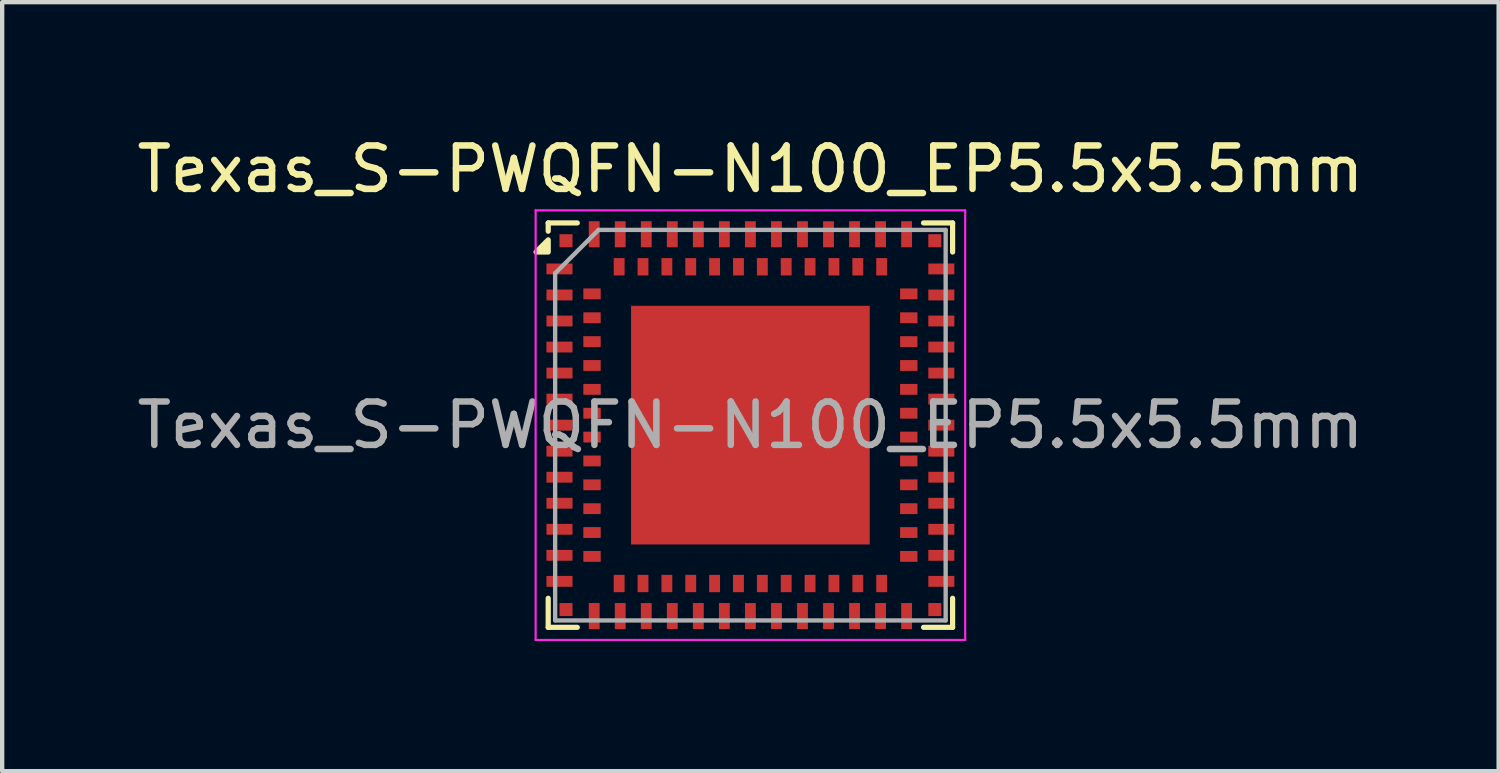
<source format=kicad_pcb>
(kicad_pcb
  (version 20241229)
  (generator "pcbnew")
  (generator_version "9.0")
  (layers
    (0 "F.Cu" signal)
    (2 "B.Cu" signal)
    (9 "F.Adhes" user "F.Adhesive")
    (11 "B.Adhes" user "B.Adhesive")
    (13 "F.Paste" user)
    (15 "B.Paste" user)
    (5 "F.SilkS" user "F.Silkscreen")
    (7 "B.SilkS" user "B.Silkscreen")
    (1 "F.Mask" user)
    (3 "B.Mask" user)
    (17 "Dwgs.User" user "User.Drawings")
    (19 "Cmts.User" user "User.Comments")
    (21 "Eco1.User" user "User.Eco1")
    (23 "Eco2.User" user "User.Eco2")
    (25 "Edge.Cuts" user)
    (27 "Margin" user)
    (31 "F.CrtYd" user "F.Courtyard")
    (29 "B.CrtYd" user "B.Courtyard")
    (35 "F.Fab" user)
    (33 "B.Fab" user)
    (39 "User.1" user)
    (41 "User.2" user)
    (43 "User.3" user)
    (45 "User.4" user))
  (footprint "Texas_S-PWQFN-N100_EP5.5x5.5mm"
    (layer "F.Cu")
    (at 14.244 6.748)
    (property "Reference" "Texas_S-PWQFN-N100_EP5.5x5.5mm" (at 0 -5.9 0) (layer "F.SilkS") (effects (font (size 1 1) (thickness 0.15))))
    (attr smd)
    (fp_line (start -4.66 -4.66) (end -3.99 -4.66) (stroke (width 0.12) (type solid)) (layer "F.SilkS"))
    (fp_line (start -4.66 -4.47) (end -4.66 -4.66) (stroke (width 0.12) (type solid)) (layer "F.SilkS"))
    (fp_line (start -4.66 3.99) (end -4.66 4.66) (stroke (width 0.12) (type solid)) (layer "F.SilkS"))
    (fp_line (start -4.66 4.66) (end -3.99 4.66) (stroke (width 0.12) (type solid)) (layer "F.SilkS"))
    (fp_line (start 4.66 -4.66) (end 3.99 -4.66) (stroke (width 0.12) (type solid)) (layer "F.SilkS"))
    (fp_line (start 4.66 -3.99) (end 4.66 -4.66) (stroke (width 0.12) (type solid)) (layer "F.SilkS"))
    (fp_line (start 4.66 3.99) (end 4.66 4.66) (stroke (width 0.12) (type solid)) (layer "F.SilkS"))
    (fp_line (start 4.66 4.66) (end 3.99 4.66) (stroke (width 0.12) (type solid)) (layer "F.SilkS"))
    (fp_poly (pts (xy -4.66 -3.99) (xy -4.94 -3.99) (xy -4.66 -4.27) (xy -4.66 -3.99)) (stroke (width 0.12) (type solid)) (fill yes) (layer "F.SilkS"))
    (fp_line (start -4.95 -4.95) (end 4.95 -4.95) (stroke (width 0.05) (type solid)) (layer "F.CrtYd"))
    (fp_line (start -4.95 4.95) (end -4.95 -4.95) (stroke (width 0.05) (type solid)) (layer "F.CrtYd"))
    (fp_line (start 4.95 -4.95) (end 4.95 4.95) (stroke (width 0.05) (type solid)) (layer "F.CrtYd"))
    (fp_line (start 4.95 4.95) (end -4.95 4.95) (stroke (width 0.05) (type solid)) (layer "F.CrtYd"))
    (fp_line (start -4.5 -3.5) (end -4.5 4.5) (stroke (width 0.1) (type solid)) (layer "F.Fab"))
    (fp_line (start -4.5 4.5) (end 4.5 4.5) (stroke (width 0.1) (type solid)) (layer "F.Fab"))
    (fp_line (start -3.5 -4.5) (end -4.5 -3.5) (stroke (width 0.1) (type default)) (layer "F.Fab"))
    (fp_line (start -3.5 -4.5) (end 4.5 -4.5) (stroke (width 0.1) (type solid)) (layer "F.Fab"))
    (fp_line (start 4.5 -4.5) (end 4.5 4.5) (stroke (width 0.1) (type solid)) (layer "F.Fab"))
    (fp_text user "${REFERENCE}" (at 0 0 0) (layer "F.Fab") (effects (font (size 1 1) (thickness 0.15))))
    (pad "" smd rect (at -1.66 -1.66) (size 1.5 1.5) (layers "F.Paste"))
    (pad "" smd rect (at -1.66 0) (size 1.5 1.5) (layers "F.Paste"))
    (pad "" smd rect (at -1.66 1.66) (size 1.5 1.5) (layers "F.Paste"))
    (pad "" smd rect (at 0 -1.66) (size 1.5 1.5) (layers "F.Paste"))
    (pad "" smd rect (at 0 0) (size 1.5 1.5) (layers "F.Paste"))
    (pad "" smd rect (at 0 1.66) (size 1.5 1.5) (layers "F.Paste"))
    (pad "" smd rect (at 1.66 -1.66) (size 1.5 1.5) (layers "F.Paste"))
    (pad "" smd rect (at 1.66 0) (size 1.5 1.5) (layers "F.Paste"))
    (pad "" smd rect (at 1.66 1.66) (size 1.5 1.5) (layers "F.Paste"))
    (pad "A1" smd rect (at -4.4 -3.6 90) (size 0.25 0.6) (layers "F.Cu" "F.Mask" "F.Paste"))
    (pad "A2" smd rect (at -4.4 -3 90) (size 0.25 0.6) (layers "F.Cu" "F.Mask" "F.Paste"))
    (pad "A3" smd rect (at -4.4 -2.4 90) (size 0.25 0.6) (layers "F.Cu" "F.Mask" "F.Paste"))
    (pad "A4" smd rect (at -4.4 -1.8 90) (size 0.25 0.6) (layers "F.Cu" "F.Mask" "F.Paste"))
    (pad "A5" smd rect (at -4.4 -1.2 90) (size 0.25 0.6) (layers "F.Cu" "F.Mask" "F.Paste"))
    (pad "A6" smd rect (at -4.4 -0.6 90) (size 0.25 0.6) (layers "F.Cu" "F.Mask" "F.Paste"))
    (pad "A7" smd rect (at -4.4 0 90) (size 0.25 0.6) (layers "F.Cu" "F.Mask" "F.Paste"))
    (pad "A8" smd rect (at -4.4 0.6 90) (size 0.25 0.6) (layers "F.Cu" "F.Mask" "F.Paste"))
    (pad "A9" smd rect (at -4.4 1.2 90) (size 0.25 0.6) (layers "F.Cu" "F.Mask" "F.Paste"))
    (pad "A10" smd rect (at -4.4 1.8 90) (size 0.25 0.6) (layers "F.Cu" "F.Mask" "F.Paste"))
    (pad "A11" smd rect (at -4.4 2.4 90) (size 0.25 0.6) (layers "F.Cu" "F.Mask" "F.Paste"))
    (pad "A12" smd rect (at -4.4 3 90) (size 0.25 0.6) (layers "F.Cu" "F.Mask" "F.Paste"))
    (pad "A13" smd rect (at -4.4 3.6 90) (size 0.25 0.6) (layers "F.Cu" "F.Mask" "F.Paste"))
    (pad "A14" smd rect (at -3.6 4.4) (size 0.25 0.6) (layers "F.Cu" "F.Mask" "F.Paste"))
    (pad "A15" smd rect (at -3 4.4) (size 0.25 0.6) (layers "F.Cu" "F.Mask" "F.Paste"))
    (pad "A16" smd rect (at -2.4 4.4) (size 0.25 0.6) (layers "F.Cu" "F.Mask" "F.Paste"))
    (pad "A17" smd rect (at -1.8 4.4) (size 0.25 0.6) (layers "F.Cu" "F.Mask" "F.Paste"))
    (pad "A18" smd rect (at -1.2 4.4) (size 0.25 0.6) (layers "F.Cu" "F.Mask" "F.Paste"))
    (pad "A19" smd rect (at -0.6 4.4) (size 0.25 0.6) (layers "F.Cu" "F.Mask" "F.Paste"))
    (pad "A20" smd rect (at 0 4.4) (size 0.25 0.6) (layers "F.Cu" "F.Mask" "F.Paste"))
    (pad "A21" smd rect (at 0.6 4.4) (size 0.25 0.6) (layers "F.Cu" "F.Mask" "F.Paste"))
    (pad "A22" smd rect (at 1.2 4.4) (size 0.25 0.6) (layers "F.Cu" "F.Mask" "F.Paste"))
    (pad "A23" smd rect (at 1.8 4.4) (size 0.25 0.6) (layers "F.Cu" "F.Mask" "F.Paste"))
    (pad "A24" smd rect (at 2.4 4.4) (size 0.25 0.6) (layers "F.Cu" "F.Mask" "F.Paste"))
    (pad "A25" smd rect (at 3 4.4) (size 0.25 0.6) (layers "F.Cu" "F.Mask" "F.Paste"))
    (pad "A26" smd rect (at 3.6 4.4) (size 0.25 0.6) (layers "F.Cu" "F.Mask" "F.Paste"))
    (pad "A27" smd rect (at 4.4 3.6 90) (size 0.25 0.6) (layers "F.Cu" "F.Mask" "F.Paste"))
    (pad "A28" smd rect (at 4.4 3 90) (size 0.25 0.6) (layers "F.Cu" "F.Mask" "F.Paste"))
    (pad "A29" smd rect (at 4.4 2.4 90) (size 0.25 0.6) (layers "F.Cu" "F.Mask" "F.Paste"))
    (pad "A30" smd rect (at 4.4 1.8 90) (size 0.25 0.6) (layers "F.Cu" "F.Mask" "F.Paste"))
    (pad "A31" smd rect (at 4.4 1.2 90) (size 0.25 0.6) (layers "F.Cu" "F.Mask" "F.Paste"))
    (pad "A32" smd rect (at 4.4 0.6 90) (size 0.25 0.6) (layers "F.Cu" "F.Mask" "F.Paste"))
    (pad "A33" smd rect (at 4.4 0 90) (size 0.25 0.6) (layers "F.Cu" "F.Mask" "F.Paste"))
    (pad "A34" smd rect (at 4.4 -0.6 90) (size 0.25 0.6) (layers "F.Cu" "F.Mask" "F.Paste"))
    (pad "A35" smd rect (at 4.4 -1.2 90) (size 0.25 0.6) (layers "F.Cu" "F.Mask" "F.Paste"))
    (pad "A36" smd rect (at 4.4 -1.8 90) (size 0.25 0.6) (layers "F.Cu" "F.Mask" "F.Paste"))
    (pad "A37" smd rect (at 4.4 -2.4 90) (size 0.25 0.6) (layers "F.Cu" "F.Mask" "F.Paste"))
    (pad "A38" smd rect (at 4.4 -3 90) (size 0.25 0.6) (layers "F.Cu" "F.Mask" "F.Paste"))
    (pad "A39" smd rect (at 4.4 -3.6 90) (size 0.25 0.6) (layers "F.Cu" "F.Mask" "F.Paste"))
    (pad "A40" smd rect (at 3.6 -4.4) (size 0.25 0.6) (layers "F.Cu" "F.Mask" "F.Paste"))
    (pad "A41" smd rect (at 3 -4.4) (size 0.25 0.6) (layers "F.Cu" "F.Mask" "F.Paste"))
    (pad "A42" smd rect (at 2.4 -4.4) (size 0.25 0.6) (layers "F.Cu" "F.Mask" "F.Paste"))
    (pad "A43" smd rect (at 1.8 -4.4) (size 0.25 0.6) (layers "F.Cu" "F.Mask" "F.Paste"))
    (pad "A44" smd rect (at 1.2 -4.4) (size 0.25 0.6) (layers "F.Cu" "F.Mask" "F.Paste"))
    (pad "A45" smd rect (at 0.6 -4.4) (size 0.25 0.6) (layers "F.Cu" "F.Mask" "F.Paste"))
    (pad "A46" smd rect (at 0 -4.4) (size 0.25 0.6) (layers "F.Cu" "F.Mask" "F.Paste"))
    (pad "A47" smd rect (at -0.6 -4.4) (size 0.25 0.6) (layers "F.Cu" "F.Mask" "F.Paste"))
    (pad "A48" smd rect (at -1.2 -4.4) (size 0.25 0.6) (layers "F.Cu" "F.Mask" "F.Paste"))
    (pad "A49" smd rect (at -1.8 -4.4) (size 0.25 0.6) (layers "F.Cu" "F.Mask" "F.Paste"))
    (pad "A50" smd rect (at -2.4 -4.4) (size 0.25 0.6) (layers "F.Cu" "F.Mask" "F.Paste"))
    (pad "A51" smd rect (at -3 -4.4) (size 0.25 0.6) (layers "F.Cu" "F.Mask" "F.Paste"))
    (pad "A52" smd rect (at -3.6 -4.4) (size 0.25 0.6) (layers "F.Cu" "F.Mask" "F.Paste"))
    (pad "A53" smd rect (at 0 0) (size 5.5 5.5) (layers "F.Cu" "F.Mask"))
    (pad "B1" smd rect (at -3.65 -3.025 90) (size 0.25 0.4) (layers "F.Cu" "F.Mask" "F.Paste"))
    (pad "B2" smd rect (at -3.65 -2.475 90) (size 0.25 0.4) (layers "F.Cu" "F.Mask" "F.Paste"))
    (pad "B3" smd rect (at -3.65 -1.925 90) (size 0.25 0.4) (layers "F.Cu" "F.Mask" "F.Paste"))
    (pad "B4" smd rect (at -3.65 -1.375 90) (size 0.25 0.4) (layers "F.Cu" "F.Mask" "F.Paste"))
    (pad "B5" smd rect (at -3.65 -0.825 90) (size 0.25 0.4) (layers "F.Cu" "F.Mask" "F.Paste"))
    (pad "B6" smd rect (at -3.65 -0.275 90) (size 0.25 0.4) (layers "F.Cu" "F.Mask" "F.Paste"))
    (pad "B7" smd rect (at -3.65 0.275 90) (size 0.25 0.4) (layers "F.Cu" "F.Mask" "F.Paste"))
    (pad "B8" smd rect (at -3.65 0.825 90) (size 0.25 0.4) (layers "F.Cu" "F.Mask" "F.Paste"))
    (pad "B9" smd rect (at -3.65 1.375 90) (size 0.25 0.4) (layers "F.Cu" "F.Mask" "F.Paste"))
    (pad "B10" smd rect (at -3.65 1.925 90) (size 0.25 0.4) (layers "F.Cu" "F.Mask" "F.Paste"))
    (pad "B11" smd rect (at -3.65 2.475 90) (size 0.25 0.4) (layers "F.Cu" "F.Mask" "F.Paste"))
    (pad "B12" smd rect (at -3.65 3.025 90) (size 0.25 0.4) (layers "F.Cu" "F.Mask" "F.Paste"))
    (pad "B13" smd rect (at -3.025 3.65) (size 0.25 0.4) (layers "F.Cu" "F.Mask" "F.Paste"))
    (pad "B14" smd rect (at -2.475 3.65) (size 0.25 0.4) (layers "F.Cu" "F.Mask" "F.Paste"))
    (pad "B15" smd rect (at -1.925 3.65) (size 0.25 0.4) (layers "F.Cu" "F.Mask" "F.Paste"))
    (pad "B16" smd rect (at -1.375 3.65) (size 0.25 0.4) (layers "F.Cu" "F.Mask" "F.Paste"))
    (pad "B17" smd rect (at -0.825 3.65) (size 0.25 0.4) (layers "F.Cu" "F.Mask" "F.Paste"))
    (pad "B18" smd rect (at -0.275 3.65) (size 0.25 0.4) (layers "F.Cu" "F.Mask" "F.Paste"))
    (pad "B19" smd rect (at 0.275 3.65) (size 0.25 0.4) (layers "F.Cu" "F.Mask" "F.Paste"))
    (pad "B20" smd rect (at 0.825 3.65) (size 0.25 0.4) (layers "F.Cu" "F.Mask" "F.Paste"))
    (pad "B21" smd rect (at 1.375 3.65) (size 0.25 0.4) (layers "F.Cu" "F.Mask" "F.Paste"))
    (pad "B22" smd rect (at 1.925 3.65) (size 0.25 0.4) (layers "F.Cu" "F.Mask" "F.Paste"))
    (pad "B23" smd rect (at 2.475 3.65) (size 0.25 0.4) (layers "F.Cu" "F.Mask" "F.Paste"))
    (pad "B24" smd rect (at 3.025 3.65) (size 0.25 0.4) (layers "F.Cu" "F.Mask" "F.Paste"))
    (pad "B25" smd rect (at 3.65 3.025 90) (size 0.25 0.4) (layers "F.Cu" "F.Mask" "F.Paste"))
    (pad "B26" smd rect (at 3.65 2.475 90) (size 0.25 0.4) (layers "F.Cu" "F.Mask" "F.Paste"))
    (pad "B27" smd rect (at 3.65 1.925 90) (size 0.25 0.4) (layers "F.Cu" "F.Mask" "F.Paste"))
    (pad "B28" smd rect (at 3.65 1.375 90) (size 0.25 0.4) (layers "F.Cu" "F.Mask" "F.Paste"))
    (pad "B29" smd rect (at 3.65 0.825 90) (size 0.25 0.4) (layers "F.Cu" "F.Mask" "F.Paste"))
    (pad "B30" smd rect (at 3.65 0.275 90) (size 0.25 0.4) (layers "F.Cu" "F.Mask" "F.Paste"))
    (pad "B31" smd rect (at 3.65 -0.275 90) (size 0.25 0.4) (layers "F.Cu" "F.Mask" "F.Paste"))
    (pad "B32" smd rect (at 3.65 -0.825 90) (size 0.25 0.4) (layers "F.Cu" "F.Mask" "F.Paste"))
    (pad "B33" smd rect (at 3.65 -1.375 90) (size 0.25 0.4) (layers "F.Cu" "F.Mask" "F.Paste"))
    (pad "B34" smd rect (at 3.65 -1.925 90) (size 0.25 0.4) (layers "F.Cu" "F.Mask" "F.Paste"))
    (pad "B35" smd rect (at 3.65 -2.475 90) (size 0.25 0.4) (layers "F.Cu" "F.Mask" "F.Paste"))
    (pad "B36" smd rect (at 3.65 -3.025 90) (size 0.25 0.4) (layers "F.Cu" "F.Mask" "F.Paste"))
    (pad "B37" smd rect (at 3.025 -3.65) (size 0.25 0.4) (layers "F.Cu" "F.Mask" "F.Paste"))
    (pad "B38" smd rect (at 2.475 -3.65) (size 0.25 0.4) (layers "F.Cu" "F.Mask" "F.Paste"))
    (pad "B39" smd rect (at 1.925 -3.65) (size 0.25 0.4) (layers "F.Cu" "F.Mask" "F.Paste"))
    (pad "B40" smd rect (at 1.375 -3.65) (size 0.25 0.4) (layers "F.Cu" "F.Mask" "F.Paste"))
    (pad "B41" smd rect (at 0.825 -3.65) (size 0.25 0.4) (layers "F.Cu" "F.Mask" "F.Paste"))
    (pad "B42" smd rect (at 0.275 -3.65) (size 0.25 0.4) (layers "F.Cu" "F.Mask" "F.Paste"))
    (pad "B43" smd rect (at -0.275 -3.65) (size 0.25 0.4) (layers "F.Cu" "F.Mask" "F.Paste"))
    (pad "B44" smd rect (at -0.825 -3.65) (size 0.25 0.4) (layers "F.Cu" "F.Mask" "F.Paste"))
    (pad "B45" smd rect (at -1.375 -3.65) (size 0.25 0.4) (layers "F.Cu" "F.Mask" "F.Paste"))
    (pad "B46" smd rect (at -1.925 -3.65) (size 0.25 0.4) (layers "F.Cu" "F.Mask" "F.Paste"))
    (pad "B47" smd rect (at -2.475 -3.65) (size 0.25 0.4) (layers "F.Cu" "F.Mask" "F.Paste"))
    (pad "B48" smd rect (at -3.025 -3.65) (size 0.25 0.4) (layers "F.Cu" "F.Mask" "F.Paste"))
    (pad "C1" smd rect (at -4.25 -4.25) (size 0.3 0.3) (layers "F.Cu" "F.Mask" "F.Paste"))
    (pad "C2" smd rect (at -4.25 4.25) (size 0.3 0.3) (layers "F.Cu" "F.Mask" "F.Paste"))
    (pad "C3" smd rect (at 4.25 4.25) (size 0.3 0.3) (layers "F.Cu" "F.Mask" "F.Paste"))
    (pad "C4" smd rect (at 4.25 -4.25) (size 0.3 0.3) (layers "F.Cu" "F.Mask" "F.Paste")))
  (gr_rect
    (start -3 -3)
    (end 31.488 14.723)
    (stroke (width 0.1) (type default))
    (fill no)
    (layer "Edge.Cuts")))
</source>
